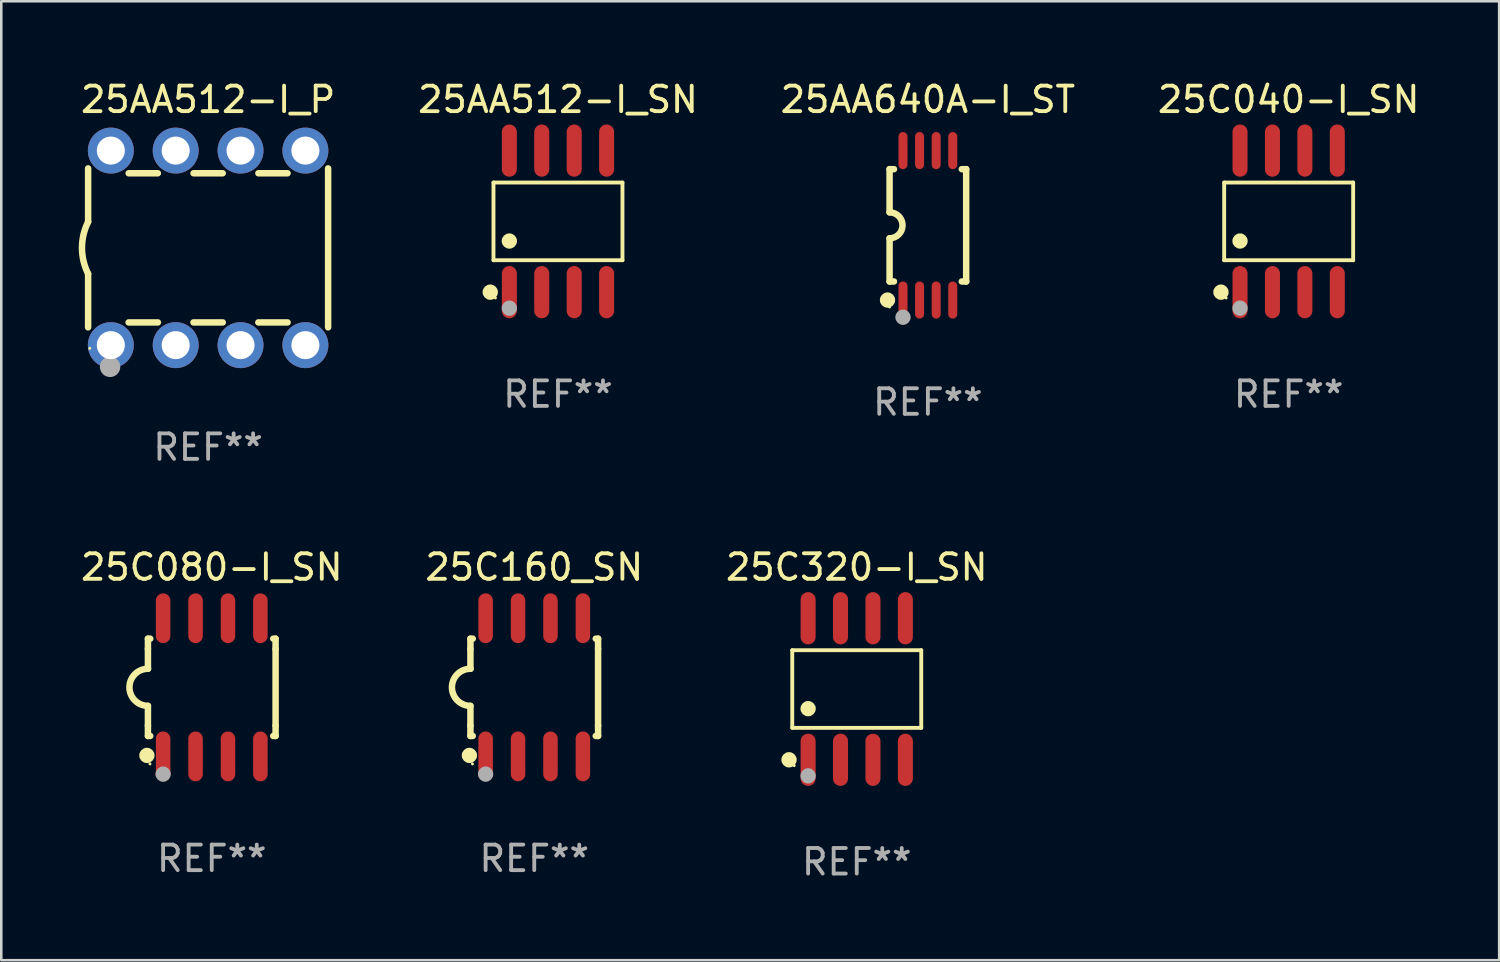
<source format=kicad_pcb>
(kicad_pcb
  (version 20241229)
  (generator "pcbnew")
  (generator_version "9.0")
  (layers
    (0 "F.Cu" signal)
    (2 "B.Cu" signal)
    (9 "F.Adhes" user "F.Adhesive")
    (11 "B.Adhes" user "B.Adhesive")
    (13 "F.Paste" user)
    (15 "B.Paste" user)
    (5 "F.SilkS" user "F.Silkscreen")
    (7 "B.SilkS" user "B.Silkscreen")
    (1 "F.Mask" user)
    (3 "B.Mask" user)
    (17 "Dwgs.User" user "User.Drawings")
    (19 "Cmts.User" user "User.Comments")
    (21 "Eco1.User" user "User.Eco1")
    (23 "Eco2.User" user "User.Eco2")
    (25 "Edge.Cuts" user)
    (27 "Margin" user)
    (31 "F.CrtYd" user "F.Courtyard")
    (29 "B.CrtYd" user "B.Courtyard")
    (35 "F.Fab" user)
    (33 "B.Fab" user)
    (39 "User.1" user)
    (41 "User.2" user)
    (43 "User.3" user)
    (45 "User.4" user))
  (footprint "25AA512-I_P"
    (layer "F.Cu")
    (at 5.101 6.658)
    (property "Reference" "25AA512-I_P" (at 0 -5.81 0) (layer "F.SilkS") (effects (font (size 1 1) (thickness 0.15))))
    (attr through_hole)
    (fp_line (start -4.7 -1.017) (end -4.7 -3.113) (stroke (width 0.254) (type solid)) (layer "F.SilkS"))
    (fp_line (start -4.7 1.015) (end -4.7 3.113) (stroke (width 0.254) (type solid)) (layer "F.SilkS"))
    (fp_line (start -3.113 2.92) (end -1.967 2.92) (stroke (width 0.254) (type solid)) (layer "F.SilkS"))
    (fp_line (start -3.111 -2.922) (end -1.969 -2.922) (stroke (width 0.254) (type solid)) (layer "F.SilkS"))
    (fp_line (start -0.573 2.92) (end 0.573 2.92) (stroke (width 0.254) (type solid)) (layer "F.SilkS"))
    (fp_line (start -0.571 -2.922) (end 0.571 -2.922) (stroke (width 0.254) (type solid)) (layer "F.SilkS"))
    (fp_line (start 1.967 2.92) (end 3.113 2.92) (stroke (width 0.254) (type solid)) (layer "F.SilkS"))
    (fp_line (start 1.969 -2.922) (end 3.111 -2.922) (stroke (width 0.254) (type solid)) (layer "F.SilkS"))
    (fp_line (start 4.7 -3.113) (end 4.7 3.113) (stroke (width 0.254) (type solid)) (layer "F.SilkS"))
    (fp_arc (start -4.7 1.01524) (mid -4.939846 -0.000762) (end -4.7 -1.016764) (stroke (width 0.254001) (type solid)) (layer "F.SilkS"))
    (fp_circle (center -4.636 3.935) (end -4.606 3.935) (stroke (width 0.06) (type solid)) (fill no) (layer "F.SilkS"))
    (fp_circle (center -3.84 4.66) (end -3.64 4.66) (stroke (width 0.4) (type solid)) (fill no) (layer "F.Fab"))
    (fp_text user "REF**" (at 0 7.81 0) (layer "F.Fab") (effects (font (size 1 1) (thickness 0.15))))
    (pad "1" thru_hole circle (at -3.81 3.81) (size 1.8 1.8) (drill 1.1) (layers "*.Cu" "*.Mask"))
    (pad "2" thru_hole circle (at -1.27 3.81) (size 1.8 1.8) (drill 1.1) (layers "*.Cu" "*.Mask"))
    (pad "3" thru_hole circle (at 1.27 3.81) (size 1.8 1.8) (drill 1.1) (layers "*.Cu" "*.Mask"))
    (pad "4" thru_hole circle (at 3.81 3.81) (size 1.8 1.8) (drill 1.1) (layers "*.Cu" "*.Mask"))
    (pad "5" thru_hole circle (at 3.81 -3.81) (size 1.8 1.8) (drill 1.1) (layers "*.Cu" "*.Mask"))
    (pad "6" thru_hole circle (at 1.27 -3.81) (size 1.8 1.8) (drill 1.1) (layers "*.Cu" "*.Mask"))
    (pad "7" thru_hole circle (at -1.27 -3.81) (size 1.8 1.8) (drill 1.1) (layers "*.Cu" "*.Mask"))
    (pad "8" thru_hole circle (at -3.81 -3.81) (size 1.8 1.8) (drill 1.1) (layers "*.Cu" "*.Mask")))
  (footprint "25AA640A-I_ST"
    (layer "F.Cu")
    (at 33.292 5.775)
    (property "Reference" "25AA640A-I_ST" (at 0 -4.927 0) (layer "F.SilkS") (effects (font (size 1 1) (thickness 0.15))))
    (attr through_hole)
    (fp_line (start -1.5 -2.2) (end -1.5 -0.508) (stroke (width 0.254) (type solid)) (layer "F.SilkS"))
    (fp_line (start -1.5 -2.2) (end -1.328 -2.2) (stroke (width 0.254) (type solid)) (layer "F.SilkS"))
    (fp_line (start -1.5 2.2) (end -1.5 0.508) (stroke (width 0.254) (type solid)) (layer "F.SilkS"))
    (fp_line (start -1.5 2.2) (end -1.328 2.2) (stroke (width 0.254) (type solid)) (layer "F.SilkS"))
    (fp_line (start 1.328 -2.2) (end 1.5 -2.2) (stroke (width 0.254) (type solid)) (layer "F.SilkS"))
    (fp_line (start 1.328 2.2) (end 1.5 2.2) (stroke (width 0.254) (type solid)) (layer "F.SilkS"))
    (fp_line (start 1.5 -2.2) (end 1.5 2.2) (stroke (width 0.254) (type solid)) (layer "F.SilkS"))
    (fp_arc (start -1.501144 -0.508) (mid -0.993143 -0.000571) (end -1.5 0.508001) (stroke (width 0.254001) (type solid)) (layer "F.SilkS"))
    (fp_circle (center -1.581 2.927) (end -1.431 2.927) (stroke (width 0.3) (type solid)) (fill no) (layer "F.SilkS"))
    (fp_circle (center -1.5 3.2) (end -1.47 3.2) (stroke (width 0.06) (type solid)) (fill no) (layer "F.SilkS"))
    (fp_circle (center -0.975 3.6) (end -0.825 3.6) (stroke (width 0.3) (type solid)) (fill no) (layer "F.Fab"))
    (fp_text user "REF**" (at 0 6.927 0) (layer "F.Fab") (effects (font (size 1 1) (thickness 0.15))))
    (pad "1" smd oval (at -0.975 2.927) (size 0.353 1.454) (layers "F.Cu" "F.Mask" "F.Paste"))
    (pad "2" smd oval (at -0.325 2.927) (size 0.353 1.454) (layers "F.Cu" "F.Mask" "F.Paste"))
    (pad "3" smd oval (at 0.325 2.927) (size 0.353 1.454) (layers "F.Cu" "F.Mask" "F.Paste"))
    (pad "4" smd oval (at 0.975 2.927) (size 0.353 1.454) (layers "F.Cu" "F.Mask" "F.Paste"))
    (pad "5" smd oval (at 0.975 -2.927) (size 0.353 1.454) (layers "F.Cu" "F.Mask" "F.Paste"))
    (pad "6" smd oval (at 0.325 -2.927) (size 0.353 1.454) (layers "F.Cu" "F.Mask" "F.Paste"))
    (pad "7" smd oval (at -0.325 -2.927) (size 0.353 1.454) (layers "F.Cu" "F.Mask" "F.Paste"))
    (pad "8" smd oval (at -0.975 -2.927) (size 0.353 1.454) (layers "F.Cu" "F.Mask" "F.Paste")))
  (footprint "25C040-I_SN"
    (layer "F.Cu")
    (at 47.423 5.621)
    (property "Reference" "25C040-I_SN" (at 0 -4.772 0) (layer "F.SilkS") (effects (font (size 1 1) (thickness 0.15))))
    (attr through_hole)
    (fp_line (start -2.526 -1.521) (end 2.526 -1.521) (stroke (width 0.152) (type solid)) (layer "F.SilkS"))
    (fp_line (start -2.526 1.521) (end -2.526 -1.521) (stroke (width 0.152) (type solid)) (layer "F.SilkS"))
    (fp_line (start 2.526 -1.521) (end 2.526 1.521) (stroke (width 0.152) (type solid)) (layer "F.SilkS"))
    (fp_line (start 2.526 1.521) (end -2.526 1.521) (stroke (width 0.152) (type solid)) (layer "F.SilkS"))
    (fp_circle (center -2.652 2.772) (end -2.501 2.772) (stroke (width 0.3) (type solid)) (fill no) (layer "F.SilkS"))
    (fp_circle (center -2.45 3) (end -2.42 3) (stroke (width 0.06) (type solid)) (fill no) (layer "F.SilkS"))
    (fp_circle (center -1.905 0.769) (end -1.755 0.769) (stroke (width 0.3) (type solid)) (fill no) (layer "F.SilkS"))
    (fp_circle (center -1.905 3.4) (end -1.755 3.4) (stroke (width 0.3) (type solid)) (fill no) (layer "F.Fab"))
    (fp_text user "REF**" (at 0 6.772 0) (layer "F.Fab") (effects (font (size 1 1) (thickness 0.15))))
    (pad "1" smd oval (at -1.905 2.772) (size 0.588 2.045) (layers "F.Cu" "F.Mask" "F.Paste"))
    (pad "2" smd oval (at -0.635 2.772) (size 0.588 2.045) (layers "F.Cu" "F.Mask" "F.Paste"))
    (pad "3" smd oval (at 0.635 2.772) (size 0.588 2.045) (layers "F.Cu" "F.Mask" "F.Paste"))
    (pad "4" smd oval (at 1.905 2.772) (size 0.588 2.045) (layers "F.Cu" "F.Mask" "F.Paste"))
    (pad "5" smd oval (at 1.905 -2.772) (size 0.588 2.045) (layers "F.Cu" "F.Mask" "F.Paste"))
    (pad "6" smd oval (at 0.635 -2.772) (size 0.588 2.045) (layers "F.Cu" "F.Mask" "F.Paste"))
    (pad "7" smd oval (at -0.635 -2.772) (size 0.588 2.045) (layers "F.Cu" "F.Mask" "F.Paste"))
    (pad "8" smd oval (at -1.905 -2.772) (size 0.588 2.045) (layers "F.Cu" "F.Mask" "F.Paste")))
  (footprint "25C080-I_SN"
    (layer "F.Cu")
    (at 5.244 23.87)
    (property "Reference" "25C080-I_SN" (at 0 -4.705 0) (layer "F.SilkS") (effects (font (size 1 1) (thickness 0.15))))
    (attr through_hole)
    (fp_line (start -2.5 -1.905) (end -2.409 -1.905) (stroke (width 0.254) (type solid)) (layer "F.SilkS"))
    (fp_line (start -2.5 -1.5) (end -2.5 -1.905) (stroke (width 0.254) (type solid)) (layer "F.SilkS"))
    (fp_line (start -2.5 -1.5) (end -2.5 -0.726) (stroke (width 0.254) (type solid)) (layer "F.SilkS"))
    (fp_line (start -2.5 1.5) (end -2.5 0.727) (stroke (width 0.254) (type solid)) (layer "F.SilkS"))
    (fp_line (start -2.5 1.5) (end -2.5 1.905) (stroke (width 0.254) (type solid)) (layer "F.SilkS"))
    (fp_line (start -2.5 1.905) (end -2.409 1.905) (stroke (width 0.254) (type solid)) (layer "F.SilkS"))
    (fp_line (start 2.5 -1.905) (end 2.409 -1.905) (stroke (width 0.254) (type solid)) (layer "F.SilkS"))
    (fp_line (start 2.5 -1.5) (end 2.5 -1.905) (stroke (width 0.254) (type solid)) (layer "F.SilkS"))
    (fp_line (start 2.5 -1.5) (end 2.5 1.5) (stroke (width 0.254) (type solid)) (layer "F.SilkS"))
    (fp_line (start 2.5 1.5) (end 2.5 1.905) (stroke (width 0.254) (type solid)) (layer "F.SilkS"))
    (fp_line (start 2.5 1.905) (end 2.409 1.905) (stroke (width 0.254) (type solid)) (layer "F.SilkS"))
    (fp_arc (start -2.5 0.726568) (mid -3.220316 -0.0023) (end -2.495097 -0.726289) (stroke (width 0.254001) (type solid)) (layer "F.SilkS"))
    (fp_circle (center -2.54 2.667) (end -2.39 2.667) (stroke (width 0.3) (type solid)) (fill no) (layer "F.SilkS"))
    (fp_circle (center -2.42 3) (end -2.39 3) (stroke (width 0.06) (type solid)) (fill no) (layer "F.SilkS"))
    (fp_circle (center -1.905 3.4) (end -1.755 3.4) (stroke (width 0.3) (type solid)) (fill no) (layer "F.Fab"))
    (fp_text user "REF**" (at 0 6.705 0) (layer "F.Fab") (effects (font (size 1 1) (thickness 0.15))))
    (pad "1" smd oval (at -1.905 2.705) (size 0.568 1.95) (layers "F.Cu" "F.Mask" "F.Paste"))
    (pad "2" smd oval (at -0.635 2.705) (size 0.568 1.95) (layers "F.Cu" "F.Mask" "F.Paste"))
    (pad "3" smd oval (at 0.635 2.705) (size 0.568 1.95) (layers "F.Cu" "F.Mask" "F.Paste"))
    (pad "4" smd oval (at 1.905 2.705) (size 0.568 1.95) (layers "F.Cu" "F.Mask" "F.Paste"))
    (pad "5" smd oval (at 1.905 -2.705) (size 0.568 1.95) (layers "F.Cu" "F.Mask" "F.Paste"))
    (pad "6" smd oval (at 0.635 -2.705) (size 0.568 1.95) (layers "F.Cu" "F.Mask" "F.Paste"))
    (pad "7" smd oval (at -0.635 -2.705) (size 0.568 1.95) (layers "F.Cu" "F.Mask" "F.Paste"))
    (pad "8" smd oval (at -1.905 -2.705) (size 0.568 1.95) (layers "F.Cu" "F.Mask" "F.Paste")))
  (footprint "25AA512-I_SN"
    (layer "F.Cu")
    (at 18.804 5.621)
    (property "Reference" "25AA512-I_SN" (at 0 -4.772 0) (layer "F.SilkS") (effects (font (size 1 1) (thickness 0.15))))
    (attr through_hole)
    (fp_line (start -2.526 -1.521) (end 2.526 -1.521) (stroke (width 0.152) (type solid)) (layer "F.SilkS"))
    (fp_line (start -2.526 1.521) (end -2.526 -1.521) (stroke (width 0.152) (type solid)) (layer "F.SilkS"))
    (fp_line (start 2.526 -1.521) (end 2.526 1.521) (stroke (width 0.152) (type solid)) (layer "F.SilkS"))
    (fp_line (start 2.526 1.521) (end -2.526 1.521) (stroke (width 0.152) (type solid)) (layer "F.SilkS"))
    (fp_circle (center -2.652 2.772) (end -2.501 2.772) (stroke (width 0.3) (type solid)) (fill no) (layer "F.SilkS"))
    (fp_circle (center -2.45 3) (end -2.42 3) (stroke (width 0.06) (type solid)) (fill no) (layer "F.SilkS"))
    (fp_circle (center -1.905 0.769) (end -1.755 0.769) (stroke (width 0.3) (type solid)) (fill no) (layer "F.SilkS"))
    (fp_circle (center -1.905 3.4) (end -1.755 3.4) (stroke (width 0.3) (type solid)) (fill no) (layer "F.Fab"))
    (fp_text user "REF**" (at 0 6.772 0) (layer "F.Fab") (effects (font (size 1 1) (thickness 0.15))))
    (pad "1" smd oval (at -1.905 2.772) (size 0.588 2.045) (layers "F.Cu" "F.Mask" "F.Paste"))
    (pad "2" smd oval (at -0.635 2.772) (size 0.588 2.045) (layers "F.Cu" "F.Mask" "F.Paste"))
    (pad "3" smd oval (at 0.635 2.772) (size 0.588 2.045) (layers "F.Cu" "F.Mask" "F.Paste"))
    (pad "4" smd oval (at 1.905 2.772) (size 0.588 2.045) (layers "F.Cu" "F.Mask" "F.Paste"))
    (pad "5" smd oval (at 1.905 -2.772) (size 0.588 2.045) (layers "F.Cu" "F.Mask" "F.Paste"))
    (pad "6" smd oval (at 0.635 -2.772) (size 0.588 2.045) (layers "F.Cu" "F.Mask" "F.Paste"))
    (pad "7" smd oval (at -0.635 -2.772) (size 0.588 2.045) (layers "F.Cu" "F.Mask" "F.Paste"))
    (pad "8" smd oval (at -1.905 -2.772) (size 0.588 2.045) (layers "F.Cu" "F.Mask" "F.Paste")))
  (footprint "25C320-I_SN"
    (layer "F.Cu")
    (at 30.506 23.937)
    (property "Reference" "25C320-I_SN" (at 0 -4.772 0) (layer "F.SilkS") (effects (font (size 1 1) (thickness 0.15))))
    (attr through_hole)
    (fp_line (start -2.526 -1.521) (end 2.526 -1.521) (stroke (width 0.152) (type solid)) (layer "F.SilkS"))
    (fp_line (start -2.526 1.521) (end -2.526 -1.521) (stroke (width 0.152) (type solid)) (layer "F.SilkS"))
    (fp_line (start 2.526 -1.521) (end 2.526 1.521) (stroke (width 0.152) (type solid)) (layer "F.SilkS"))
    (fp_line (start 2.526 1.521) (end -2.526 1.521) (stroke (width 0.152) (type solid)) (layer "F.SilkS"))
    (fp_circle (center -2.652 2.772) (end -2.501 2.772) (stroke (width 0.3) (type solid)) (fill no) (layer "F.SilkS"))
    (fp_circle (center -2.45 3) (end -2.42 3) (stroke (width 0.06) (type solid)) (fill no) (layer "F.SilkS"))
    (fp_circle (center -1.905 0.769) (end -1.755 0.769) (stroke (width 0.3) (type solid)) (fill no) (layer "F.SilkS"))
    (fp_circle (center -1.905 3.4) (end -1.755 3.4) (stroke (width 0.3) (type solid)) (fill no) (layer "F.Fab"))
    (fp_text user "REF**" (at 0 6.772 0) (layer "F.Fab") (effects (font (size 1 1) (thickness 0.15))))
    (pad "1" smd oval (at -1.905 2.772) (size 0.588 2.045) (layers "F.Cu" "F.Mask" "F.Paste"))
    (pad "2" smd oval (at -0.635 2.772) (size 0.588 2.045) (layers "F.Cu" "F.Mask" "F.Paste"))
    (pad "3" smd oval (at 0.635 2.772) (size 0.588 2.045) (layers "F.Cu" "F.Mask" "F.Paste"))
    (pad "4" smd oval (at 1.905 2.772) (size 0.588 2.045) (layers "F.Cu" "F.Mask" "F.Paste"))
    (pad "5" smd oval (at 1.905 -2.772) (size 0.588 2.045) (layers "F.Cu" "F.Mask" "F.Paste"))
    (pad "6" smd oval (at 0.635 -2.772) (size 0.588 2.045) (layers "F.Cu" "F.Mask" "F.Paste"))
    (pad "7" smd oval (at -0.635 -2.772) (size 0.588 2.045) (layers "F.Cu" "F.Mask" "F.Paste"))
    (pad "8" smd oval (at -1.905 -2.772) (size 0.588 2.045) (layers "F.Cu" "F.Mask" "F.Paste")))
  (footprint "25C160_SN"
    (layer "F.Cu")
    (at 17.875 23.87)
    (property "Reference" "25C160_SN" (at 0 -4.705 0) (layer "F.SilkS") (effects (font (size 1 1) (thickness 0.15))))
    (attr through_hole)
    (fp_line (start -2.5 -1.905) (end -2.409 -1.905) (stroke (width 0.254) (type solid)) (layer "F.SilkS"))
    (fp_line (start -2.5 -1.5) (end -2.5 -1.905) (stroke (width 0.254) (type solid)) (layer "F.SilkS"))
    (fp_line (start -2.5 -1.5) (end -2.5 -0.726) (stroke (width 0.254) (type solid)) (layer "F.SilkS"))
    (fp_line (start -2.5 1.5) (end -2.5 0.727) (stroke (width 0.254) (type solid)) (layer "F.SilkS"))
    (fp_line (start -2.5 1.5) (end -2.5 1.905) (stroke (width 0.254) (type solid)) (layer "F.SilkS"))
    (fp_line (start -2.5 1.905) (end -2.409 1.905) (stroke (width 0.254) (type solid)) (layer "F.SilkS"))
    (fp_line (start 2.5 -1.905) (end 2.409 -1.905) (stroke (width 0.254) (type solid)) (layer "F.SilkS"))
    (fp_line (start 2.5 -1.5) (end 2.5 -1.905) (stroke (width 0.254) (type solid)) (layer "F.SilkS"))
    (fp_line (start 2.5 -1.5) (end 2.5 1.5) (stroke (width 0.254) (type solid)) (layer "F.SilkS"))
    (fp_line (start 2.5 1.5) (end 2.5 1.905) (stroke (width 0.254) (type solid)) (layer "F.SilkS"))
    (fp_line (start 2.5 1.905) (end 2.409 1.905) (stroke (width 0.254) (type solid)) (layer "F.SilkS"))
    (fp_arc (start -2.5 0.726568) (mid -3.220316 -0.0023) (end -2.495097 -0.726289) (stroke (width 0.254001) (type solid)) (layer "F.SilkS"))
    (fp_circle (center -2.54 2.667) (end -2.39 2.667) (stroke (width 0.3) (type solid)) (fill no) (layer "F.SilkS"))
    (fp_circle (center -2.42 3) (end -2.39 3) (stroke (width 0.06) (type solid)) (fill no) (layer "F.SilkS"))
    (fp_circle (center -1.905 3.4) (end -1.755 3.4) (stroke (width 0.3) (type solid)) (fill no) (layer "F.Fab"))
    (fp_text user "REF**" (at 0 6.705 0) (layer "F.Fab") (effects (font (size 1 1) (thickness 0.15))))
    (pad "1" smd oval (at -1.905 2.705) (size 0.568 1.95) (layers "F.Cu" "F.Mask" "F.Paste"))
    (pad "2" smd oval (at -0.635 2.705) (size 0.568 1.95) (layers "F.Cu" "F.Mask" "F.Paste"))
    (pad "3" smd oval (at 0.635 2.705) (size 0.568 1.95) (layers "F.Cu" "F.Mask" "F.Paste"))
    (pad "4" smd oval (at 1.905 2.705) (size 0.568 1.95) (layers "F.Cu" "F.Mask" "F.Paste"))
    (pad "5" smd oval (at 1.905 -2.705) (size 0.568 1.95) (layers "F.Cu" "F.Mask" "F.Paste"))
    (pad "6" smd oval (at 0.635 -2.705) (size 0.568 1.95) (layers "F.Cu" "F.Mask" "F.Paste"))
    (pad "7" smd oval (at -0.635 -2.705) (size 0.568 1.95) (layers "F.Cu" "F.Mask" "F.Paste"))
    (pad "8" smd oval (at -1.905 -2.705) (size 0.568 1.95) (layers "F.Cu" "F.Mask" "F.Paste")))
  (gr_rect
    (start -3 -3)
    (end 55.667 34.558)
    (stroke (width 0.1) (type default))
    (fill no)
    (layer "Edge.Cuts")))
</source>
